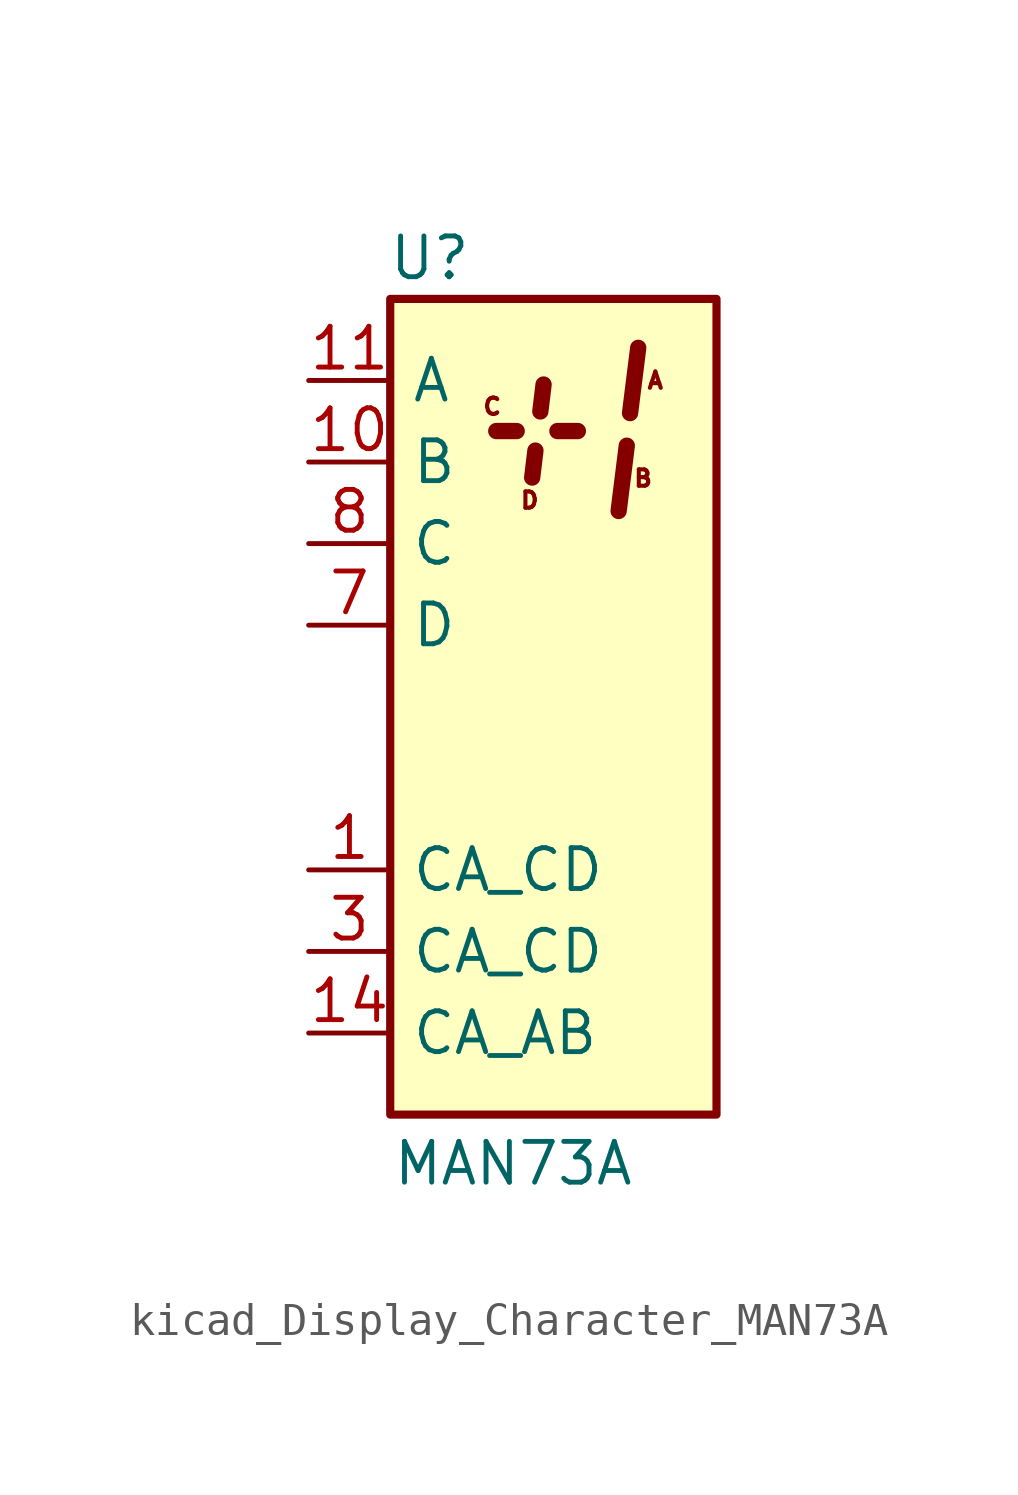
<source format=kicad_sym>
(kicad_symbol_lib
  (version 20220914)
  (generator kicad_symbol_editor)
  (symbol "kicad_Display_Character_MAN73A"
    (pin_names
      (offset 0.635))
    (property "Reference" "U"
      (at -2.54 13.97 0)
      (effects (font (size 1.27 1.27)) (justify right)))
    (property "Value" "MAN73A"
      (at 2.54 -14.224 0)
      (effects (font (size 1.27 1.27)) (justify right)))
    (symbol "kicad_Display_Character_MAN73A_0_0"
      (text "A" (at 3.175 10.16 0) (effects (font (size 0.508 0.508))))
      (text "B" (at 2.794 7.112 0) (effects (font (size 0.508 0.508))))
      (text "C" (at -1.905 9.347 0) (effects (font (size 0.508 0.508))))
      (text "D" (at -0.737 6.426 0) (effects (font (size 0.508 0.508)))))
    (symbol "kicad_Display_Character_MAN73A_0_1"
      (rectangle (start -5.08 12.7) (end 5.08 -12.7) (stroke (width 0.254) (type default)) (fill (type background)))
      (polyline (pts (xy -1.778 8.585) (xy -1.143 8.585)) (stroke (width 0.508) (type default)) (fill (type none)))
      (polyline (pts (xy 2.286 8.128) (xy 2.032 6.096)) (stroke (width 0.508) (type default)) (fill (type none)))
      (polyline (pts (xy 2.642 11.176) (xy 2.388 9.144)) (stroke (width 0.508) (type default)) (fill (type none))))
    (symbol "kicad_Display_Character_MAN73A_1_1"
      (polyline (pts (xy -0.66 7.137) (xy -0.559 7.976)) (stroke (width 0.508) (type default)) (fill (type none)))
      (polyline (pts (xy -0.305 10.033) (xy -0.406 9.195)) (stroke (width 0.508) (type default)) (fill (type none)))
      (polyline (pts (xy 0.127 8.585) (xy 0.762 8.585)) (stroke (width 0.508) (type default)) (fill (type none)))
      (pin input line (at -7.62 -5.08 0) (length 2.54) (name "CA_CD" (effects (font (size 1.27 1.27)))) (number "1" (effects (font (size 1.27 1.27)))))
      (pin input line (at -7.62 7.62 0) (length 2.54) (name "B" (effects (font (size 1.27 1.27)))) (number "10" (effects (font (size 1.27 1.27)))))
      (pin input line (at -7.62 10.16 0) (length 2.54) (name "A" (effects (font (size 1.27 1.27)))) (number "11" (effects (font (size 1.27 1.27)))))
      (pin no_connect line (at 5.08 -7.62 180) (length 2.54) hide (name "NC" (effects (font (size 1.27 1.27)))) (number "12" (effects (font (size 1.27 1.27)))))
      (pin no_connect line (at 5.08 -10.16 180) (length 2.54) hide (name "NC" (effects (font (size 1.27 1.27)))) (number "13" (effects (font (size 1.27 1.27)))))
      (pin input line (at -7.62 -10.16 0) (length 2.54) (name "CA_AB" (effects (font (size 1.27 1.27)))) (number "14" (effects (font (size 1.27 1.27)))))
      (pin no_connect line (at 5.08 5.08 180) (length 2.54) hide (name "NC" (effects (font (size 1.27 1.27)))) (number "2" (effects (font (size 1.27 1.27)))))
      (pin input line (at -7.62 -7.62 0) (length 2.54) (name "CA_CD" (effects (font (size 1.27 1.27)))) (number "3" (effects (font (size 1.27 1.27)))))
      (pin no_connect line (at 5.08 2.54 180) (length 2.54) hide (name "NC" (effects (font (size 1.27 1.27)))) (number "4" (effects (font (size 1.27 1.27)))))
      (pin no_connect line (at 5.08 0 180) (length 2.54) hide (name "NC" (effects (font (size 1.27 1.27)))) (number "5" (effects (font (size 1.27 1.27)))))
      (pin no_connect line (at 5.08 -2.54 180) (length 2.54) hide (name "NC" (effects (font (size 1.27 1.27)))) (number "6" (effects (font (size 1.27 1.27)))))
      (pin input line (at -7.62 2.54 0) (length 2.54) (name "D" (effects (font (size 1.27 1.27)))) (number "7" (effects (font (size 1.27 1.27)))))
      (pin input line (at -7.62 5.08 0) (length 2.54) (name "C" (effects (font (size 1.27 1.27)))) (number "8" (effects (font (size 1.27 1.27)))))
      (pin no_connect line (at 5.08 -5.08 180) (length 2.54) hide (name "NC" (effects (font (size 1.27 1.27)))) (number "9" (effects (font (size 1.27 1.27))))))))
</source>
